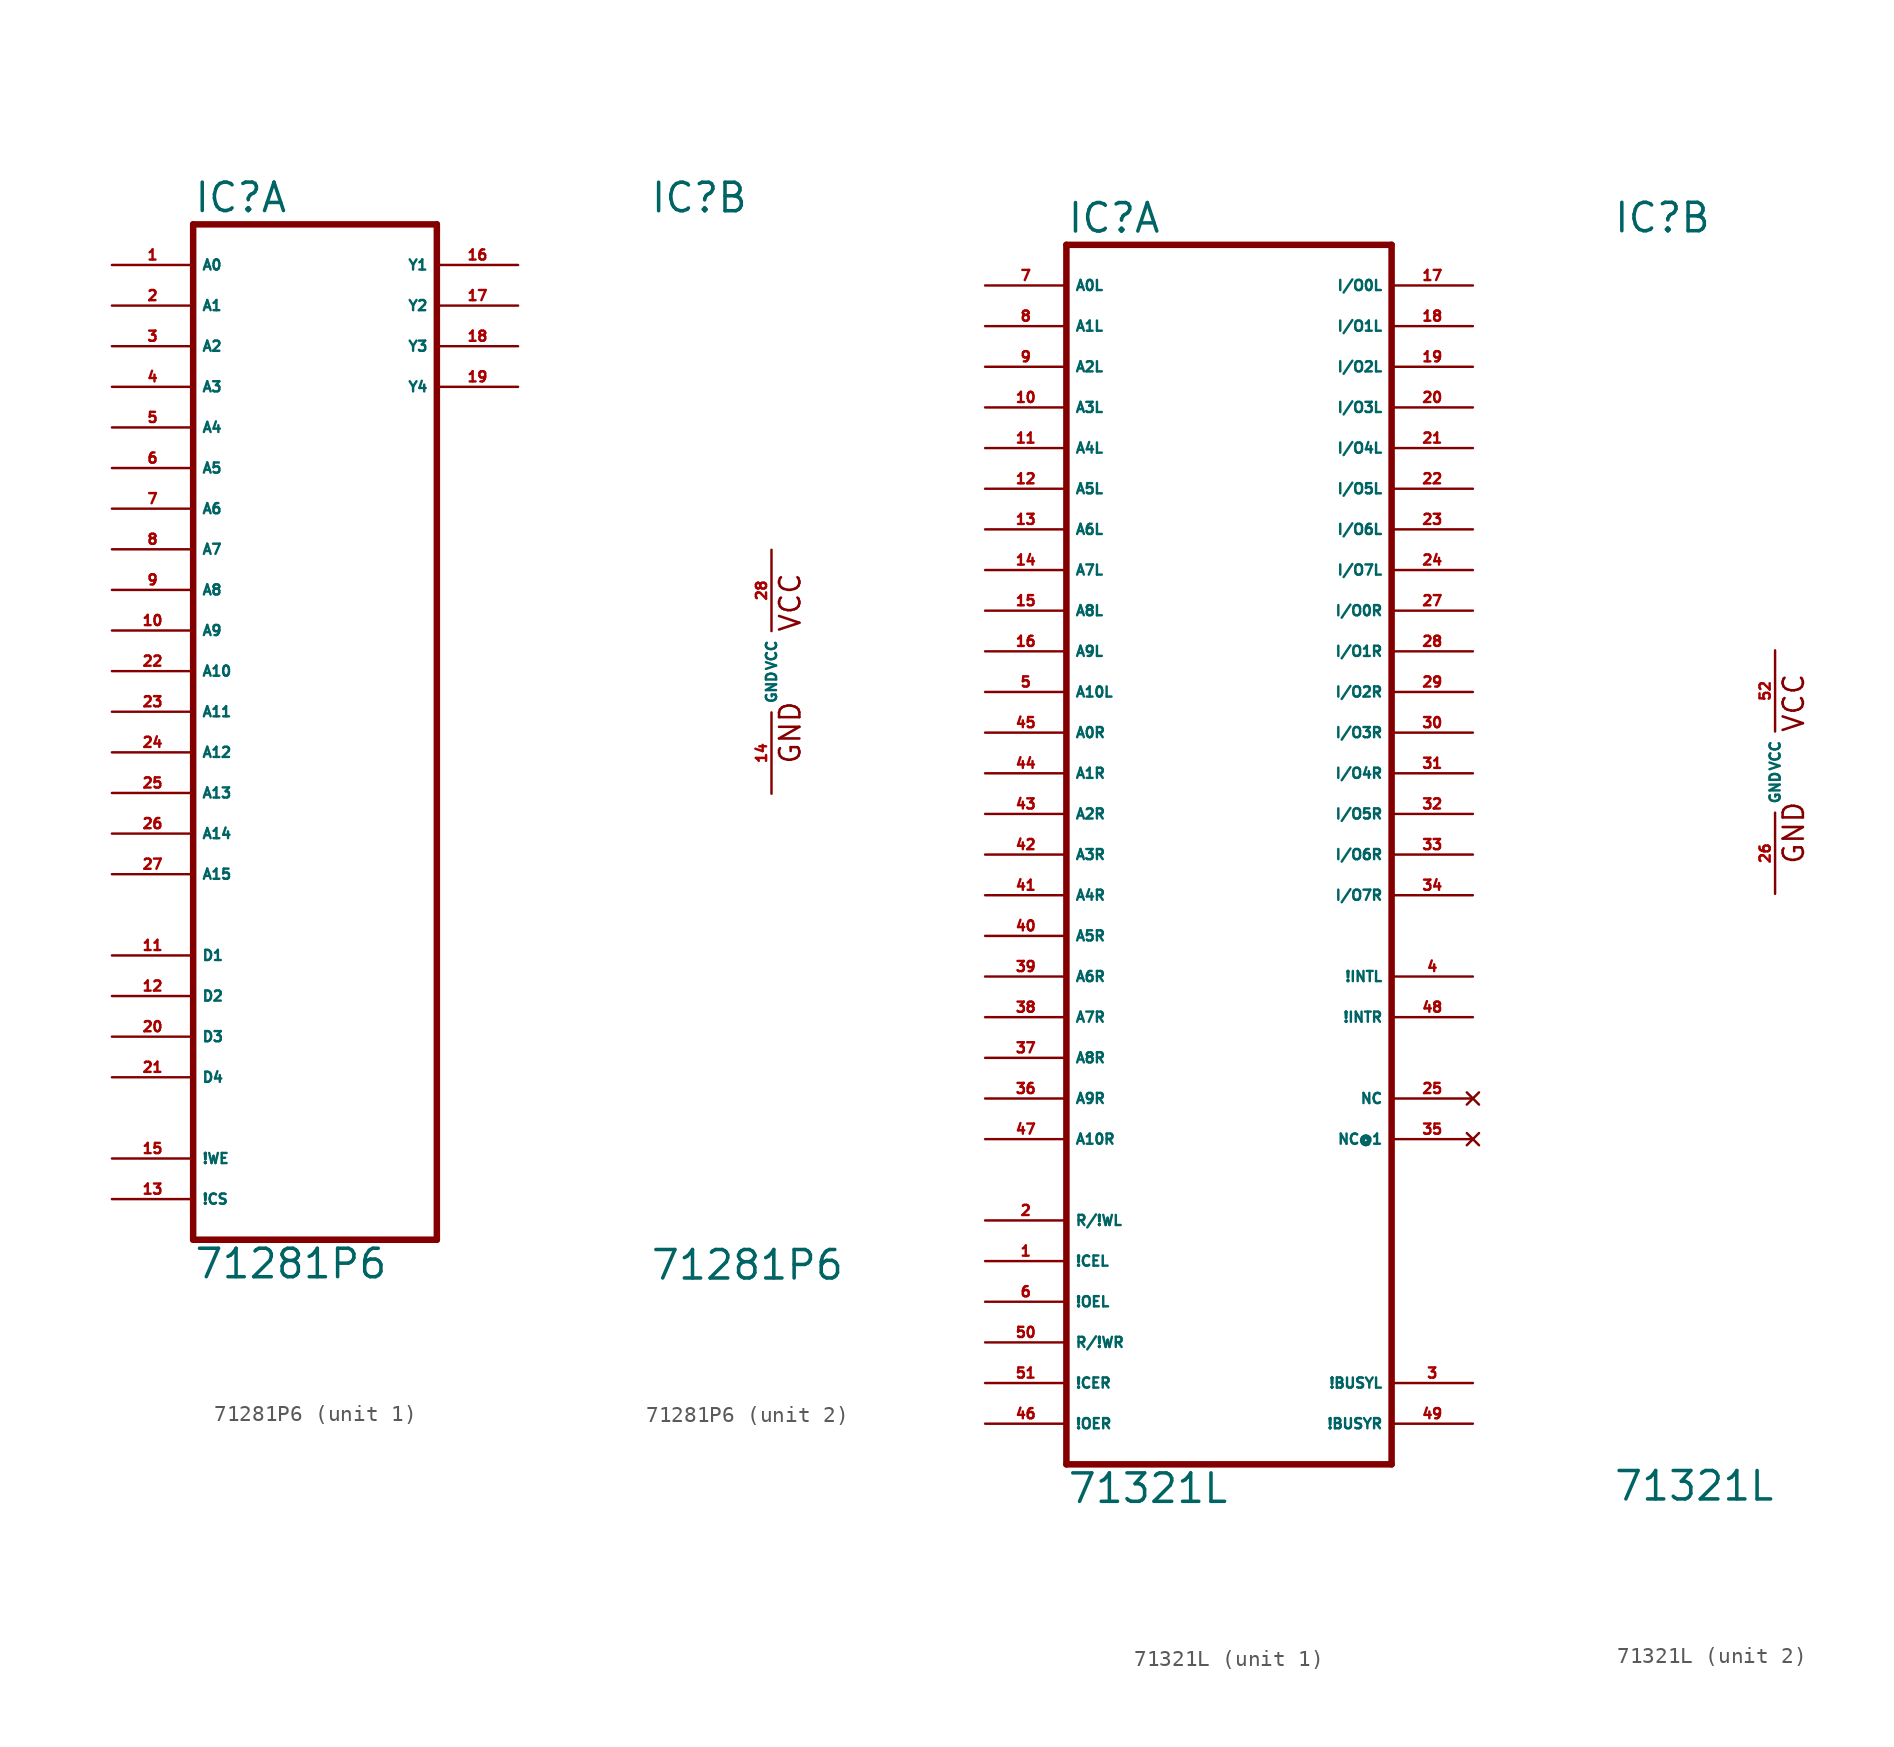
<source format=kicad_sym>
(kicad_symbol_lib
  (version 20220914)
  (generator Eagle2Kicad)
  (symbol "71281P6"
    (property "Reference" "IC"
      (at -7.62 28.575 0)
      (effects (font (size 1.778 1.778) (thickness 0.22)) (justify left bottom)))
    (property "Value" "71281P6"
      (at -7.62 -38.1 0)
      (effects (font (size 1.778 1.778) (thickness 0.22)) (justify left bottom)))
    (symbol "71281P6_1_0"
      (polyline (pts (xy -7.62 -35.56) (xy 7.62 -35.56)) (stroke (width 0.406) (type default)) (fill (type none)))
      (polyline (pts (xy 7.62 -35.56) (xy 7.62 27.94)) (stroke (width 0.406) (type default)) (fill (type none)))
      (polyline (pts (xy 7.62 27.94) (xy -7.62 27.94)) (stroke (width 0.406) (type default)) (fill (type none)))
      (polyline (pts (xy -7.62 27.94) (xy -7.62 -35.56)) (stroke (width 0.406) (type default)) (fill (type none)))
      (pin input line (at -12.7 25.4 0) (length 5.08) (name "A0" (effects (font (size 0.635 0.635) (thickness 0.08)) (justify left bottom))) (number "1" (effects (font (size 0.635 0.635) (thickness 0.08)) (justify left bottom))))
      (pin input line (at -12.7 22.86 0) (length 5.08) (name "A1" (effects (font (size 0.635 0.635) (thickness 0.08)) (justify left bottom))) (number "2" (effects (font (size 0.635 0.635) (thickness 0.08)) (justify left bottom))))
      (pin input line (at -12.7 20.32 0) (length 5.08) (name "A2" (effects (font (size 0.635 0.635) (thickness 0.08)) (justify left bottom))) (number "3" (effects (font (size 0.635 0.635) (thickness 0.08)) (justify left bottom))))
      (pin input line (at -12.7 17.78 0) (length 5.08) (name "A3" (effects (font (size 0.635 0.635) (thickness 0.08)) (justify left bottom))) (number "4" (effects (font (size 0.635 0.635) (thickness 0.08)) (justify left bottom))))
      (pin input line (at -12.7 15.24 0) (length 5.08) (name "A4" (effects (font (size 0.635 0.635) (thickness 0.08)) (justify left bottom))) (number "5" (effects (font (size 0.635 0.635) (thickness 0.08)) (justify left bottom))))
      (pin input line (at -12.7 12.7 0) (length 5.08) (name "A5" (effects (font (size 0.635 0.635) (thickness 0.08)) (justify left bottom))) (number "6" (effects (font (size 0.635 0.635) (thickness 0.08)) (justify left bottom))))
      (pin input line (at -12.7 10.16 0) (length 5.08) (name "A6" (effects (font (size 0.635 0.635) (thickness 0.08)) (justify left bottom))) (number "7" (effects (font (size 0.635 0.635) (thickness 0.08)) (justify left bottom))))
      (pin input line (at -12.7 7.62 0) (length 5.08) (name "A7" (effects (font (size 0.635 0.635) (thickness 0.08)) (justify left bottom))) (number "8" (effects (font (size 0.635 0.635) (thickness 0.08)) (justify left bottom))))
      (pin input line (at -12.7 5.08 0) (length 5.08) (name "A8" (effects (font (size 0.635 0.635) (thickness 0.08)) (justify left bottom))) (number "9" (effects (font (size 0.635 0.635) (thickness 0.08)) (justify left bottom))))
      (pin input line (at -12.7 2.54 0) (length 5.08) (name "A9" (effects (font (size 0.635 0.635) (thickness 0.08)) (justify left bottom))) (number "10" (effects (font (size 0.635 0.635) (thickness 0.08)) (justify left bottom))))
      (pin input line (at -12.7 0 0) (length 5.08) (name "A10" (effects (font (size 0.635 0.635) (thickness 0.08)) (justify left bottom))) (number "22" (effects (font (size 0.635 0.635) (thickness 0.08)) (justify left bottom))))
      (pin input line (at -12.7 -2.54 0) (length 5.08) (name "A11" (effects (font (size 0.635 0.635) (thickness 0.08)) (justify left bottom))) (number "23" (effects (font (size 0.635 0.635) (thickness 0.08)) (justify left bottom))))
      (pin input line (at -12.7 -17.78 0) (length 5.08) (name "D1" (effects (font (size 0.635 0.635) (thickness 0.08)) (justify left bottom))) (number "11" (effects (font (size 0.635 0.635) (thickness 0.08)) (justify left bottom))))
      (pin input line (at -12.7 -20.32 0) (length 5.08) (name "D2" (effects (font (size 0.635 0.635) (thickness 0.08)) (justify left bottom))) (number "12" (effects (font (size 0.635 0.635) (thickness 0.08)) (justify left bottom))))
      (pin input line (at -12.7 -22.86 0) (length 5.08) (name "D3" (effects (font (size 0.635 0.635) (thickness 0.08)) (justify left bottom))) (number "20" (effects (font (size 0.635 0.635) (thickness 0.08)) (justify left bottom))))
      (pin input line (at -12.7 -25.4 0) (length 5.08) (name "D4" (effects (font (size 0.635 0.635) (thickness 0.08)) (justify left bottom))) (number "21" (effects (font (size 0.635 0.635) (thickness 0.08)) (justify left bottom))))
      (pin input line (at -12.7 -30.48 0) (length 5.08) (name "!WE" (effects (font (size 0.635 0.635) (thickness 0.08)) (justify left bottom))) (number "15" (effects (font (size 0.635 0.635) (thickness 0.08)) (justify left bottom))))
      (pin input line (at -12.7 -33.02 0) (length 5.08) (name "!CS" (effects (font (size 0.635 0.635) (thickness 0.08)) (justify left bottom))) (number "13" (effects (font (size 0.635 0.635) (thickness 0.08)) (justify left bottom))))
      (pin output line (at 12.7 25.4 180) (length 5.08) (name "Y1" (effects (font (size 0.635 0.635) (thickness 0.08)) (justify left bottom))) (number "16" (effects (font (size 0.635 0.635) (thickness 0.08)) (justify left bottom))))
      (pin output line (at 12.7 22.86 180) (length 5.08) (name "Y2" (effects (font (size 0.635 0.635) (thickness 0.08)) (justify left bottom))) (number "17" (effects (font (size 0.635 0.635) (thickness 0.08)) (justify left bottom))))
      (pin output line (at 12.7 20.32 180) (length 5.08) (name "Y3" (effects (font (size 0.635 0.635) (thickness 0.08)) (justify left bottom))) (number "18" (effects (font (size 0.635 0.635) (thickness 0.08)) (justify left bottom))))
      (pin output line (at 12.7 17.78 180) (length 5.08) (name "Y4" (effects (font (size 0.635 0.635) (thickness 0.08)) (justify left bottom))) (number "19" (effects (font (size 0.635 0.635) (thickness 0.08)) (justify left bottom))))
      (pin input line (at -12.7 -5.08 0) (length 5.08) (name "A12" (effects (font (size 0.635 0.635) (thickness 0.08)) (justify left bottom))) (number "24" (effects (font (size 0.635 0.635) (thickness 0.08)) (justify left bottom))))
      (pin input line (at -12.7 -7.62 0) (length 5.08) (name "A13" (effects (font (size 0.635 0.635) (thickness 0.08)) (justify left bottom))) (number "25" (effects (font (size 0.635 0.635) (thickness 0.08)) (justify left bottom))))
      (pin input line (at -12.7 -10.16 0) (length 5.08) (name "A14" (effects (font (size 0.635 0.635) (thickness 0.08)) (justify left bottom))) (number "26" (effects (font (size 0.635 0.635) (thickness 0.08)) (justify left bottom))))
      (pin input line (at -12.7 -12.7 0) (length 5.08) (name "A15" (effects (font (size 0.635 0.635) (thickness 0.08)) (justify left bottom))) (number "27" (effects (font (size 0.635 0.635) (thickness 0.08)) (justify left bottom)))))
    (symbol "71281P6_2_0"
      (text "GND" (at 1.905 -5.842 900) (effects (font (size 1.27 1.27) (thickness 0.16)) (justify left bottom)))
      (text "VCC" (at 1.905 2.413 900) (effects (font (size 1.27 1.27) (thickness 0.16)) (justify left bottom)))
      (pin unspecified line (at 0 7.62 270) (length 5.08) (name "VCC" (effects (font (size 0.635 0.635) (thickness 0.08)) (justify left bottom))) (number "28" (effects (font (size 0.635 0.635) (thickness 0.08)) (justify left bottom))))
      (pin unspecified line (at 0 -7.62 90) (length 5.08) (name "GND" (effects (font (size 0.635 0.635) (thickness 0.08)) (justify left bottom))) (number "14" (effects (font (size 0.635 0.635) (thickness 0.08)) (justify left bottom))))))
  (symbol "71321L"
    (property "Reference" "IC"
      (at -10.16 33.655 0)
      (effects (font (size 1.778 1.778) (thickness 0.22)) (justify left bottom)))
    (property "Value" "71321L"
      (at -10.16 -45.72 0)
      (effects (font (size 1.778 1.778) (thickness 0.22)) (justify left bottom)))
    (symbol "71321L_1_0"
      (polyline (pts (xy -10.16 -43.18) (xy 10.16 -43.18)) (stroke (width 0.406) (type default)) (fill (type none)))
      (polyline (pts (xy 10.16 -43.18) (xy 10.16 33.02)) (stroke (width 0.406) (type default)) (fill (type none)))
      (polyline (pts (xy 10.16 33.02) (xy -10.16 33.02)) (stroke (width 0.406) (type default)) (fill (type none)))
      (polyline (pts (xy -10.16 33.02) (xy -10.16 -43.18)) (stroke (width 0.406) (type default)) (fill (type none)))
      (pin input line (at -15.24 30.48 0) (length 5.08) (name "A0L" (effects (font (size 0.635 0.635) (thickness 0.08)) (justify left bottom))) (number "7" (effects (font (size 0.635 0.635) (thickness 0.08)) (justify left bottom))))
      (pin input line (at -15.24 27.94 0) (length 5.08) (name "A1L" (effects (font (size 0.635 0.635) (thickness 0.08)) (justify left bottom))) (number "8" (effects (font (size 0.635 0.635) (thickness 0.08)) (justify left bottom))))
      (pin input line (at -15.24 25.4 0) (length 5.08) (name "A2L" (effects (font (size 0.635 0.635) (thickness 0.08)) (justify left bottom))) (number "9" (effects (font (size 0.635 0.635) (thickness 0.08)) (justify left bottom))))
      (pin input line (at -15.24 22.86 0) (length 5.08) (name "A3L" (effects (font (size 0.635 0.635) (thickness 0.08)) (justify left bottom))) (number "10" (effects (font (size 0.635 0.635) (thickness 0.08)) (justify left bottom))))
      (pin input line (at -15.24 20.32 0) (length 5.08) (name "A4L" (effects (font (size 0.635 0.635) (thickness 0.08)) (justify left bottom))) (number "11" (effects (font (size 0.635 0.635) (thickness 0.08)) (justify left bottom))))
      (pin input line (at -15.24 17.78 0) (length 5.08) (name "A5L" (effects (font (size 0.635 0.635) (thickness 0.08)) (justify left bottom))) (number "12" (effects (font (size 0.635 0.635) (thickness 0.08)) (justify left bottom))))
      (pin input line (at -15.24 15.24 0) (length 5.08) (name "A6L" (effects (font (size 0.635 0.635) (thickness 0.08)) (justify left bottom))) (number "13" (effects (font (size 0.635 0.635) (thickness 0.08)) (justify left bottom))))
      (pin input line (at -15.24 12.7 0) (length 5.08) (name "A7L" (effects (font (size 0.635 0.635) (thickness 0.08)) (justify left bottom))) (number "14" (effects (font (size 0.635 0.635) (thickness 0.08)) (justify left bottom))))
      (pin input line (at -15.24 10.16 0) (length 5.08) (name "A8L" (effects (font (size 0.635 0.635) (thickness 0.08)) (justify left bottom))) (number "15" (effects (font (size 0.635 0.635) (thickness 0.08)) (justify left bottom))))
      (pin input line (at -15.24 7.62 0) (length 5.08) (name "A9L" (effects (font (size 0.635 0.635) (thickness 0.08)) (justify left bottom))) (number "16" (effects (font (size 0.635 0.635) (thickness 0.08)) (justify left bottom))))
      (pin input line (at -15.24 2.54 0) (length 5.08) (name "A0R" (effects (font (size 0.635 0.635) (thickness 0.08)) (justify left bottom))) (number "45" (effects (font (size 0.635 0.635) (thickness 0.08)) (justify left bottom))))
      (pin input line (at -15.24 0 0) (length 5.08) (name "A1R" (effects (font (size 0.635 0.635) (thickness 0.08)) (justify left bottom))) (number "44" (effects (font (size 0.635 0.635) (thickness 0.08)) (justify left bottom))))
      (pin input line (at -15.24 -2.54 0) (length 5.08) (name "A2R" (effects (font (size 0.635 0.635) (thickness 0.08)) (justify left bottom))) (number "43" (effects (font (size 0.635 0.635) (thickness 0.08)) (justify left bottom))))
      (pin input line (at -15.24 -5.08 0) (length 5.08) (name "A3R" (effects (font (size 0.635 0.635) (thickness 0.08)) (justify left bottom))) (number "42" (effects (font (size 0.635 0.635) (thickness 0.08)) (justify left bottom))))
      (pin input line (at -15.24 -7.62 0) (length 5.08) (name "A4R" (effects (font (size 0.635 0.635) (thickness 0.08)) (justify left bottom))) (number "41" (effects (font (size 0.635 0.635) (thickness 0.08)) (justify left bottom))))
      (pin input line (at -15.24 -10.16 0) (length 5.08) (name "A5R" (effects (font (size 0.635 0.635) (thickness 0.08)) (justify left bottom))) (number "40" (effects (font (size 0.635 0.635) (thickness 0.08)) (justify left bottom))))
      (pin input line (at -15.24 -12.7 0) (length 5.08) (name "A6R" (effects (font (size 0.635 0.635) (thickness 0.08)) (justify left bottom))) (number "39" (effects (font (size 0.635 0.635) (thickness 0.08)) (justify left bottom))))
      (pin input line (at -15.24 -15.24 0) (length 5.08) (name "A7R" (effects (font (size 0.635 0.635) (thickness 0.08)) (justify left bottom))) (number "38" (effects (font (size 0.635 0.635) (thickness 0.08)) (justify left bottom))))
      (pin input line (at -15.24 -17.78 0) (length 5.08) (name "A8R" (effects (font (size 0.635 0.635) (thickness 0.08)) (justify left bottom))) (number "37" (effects (font (size 0.635 0.635) (thickness 0.08)) (justify left bottom))))
      (pin input line (at -15.24 -20.32 0) (length 5.08) (name "A9R" (effects (font (size 0.635 0.635) (thickness 0.08)) (justify left bottom))) (number "36" (effects (font (size 0.635 0.635) (thickness 0.08)) (justify left bottom))))
      (pin bidirectional line (at 15.24 30.48 180) (length 5.08) (name "I/O0L" (effects (font (size 0.635 0.635) (thickness 0.08)) (justify left bottom))) (number "17" (effects (font (size 0.635 0.635) (thickness 0.08)) (justify left bottom))))
      (pin bidirectional line (at 15.24 27.94 180) (length 5.08) (name "I/O1L" (effects (font (size 0.635 0.635) (thickness 0.08)) (justify left bottom))) (number "18" (effects (font (size 0.635 0.635) (thickness 0.08)) (justify left bottom))))
      (pin bidirectional line (at 15.24 25.4 180) (length 5.08) (name "I/O2L" (effects (font (size 0.635 0.635) (thickness 0.08)) (justify left bottom))) (number "19" (effects (font (size 0.635 0.635) (thickness 0.08)) (justify left bottom))))
      (pin bidirectional line (at 15.24 22.86 180) (length 5.08) (name "I/O3L" (effects (font (size 0.635 0.635) (thickness 0.08)) (justify left bottom))) (number "20" (effects (font (size 0.635 0.635) (thickness 0.08)) (justify left bottom))))
      (pin bidirectional line (at 15.24 20.32 180) (length 5.08) (name "I/O4L" (effects (font (size 0.635 0.635) (thickness 0.08)) (justify left bottom))) (number "21" (effects (font (size 0.635 0.635) (thickness 0.08)) (justify left bottom))))
      (pin bidirectional line (at 15.24 17.78 180) (length 5.08) (name "I/O5L" (effects (font (size 0.635 0.635) (thickness 0.08)) (justify left bottom))) (number "22" (effects (font (size 0.635 0.635) (thickness 0.08)) (justify left bottom))))
      (pin bidirectional line (at 15.24 15.24 180) (length 5.08) (name "I/O6L" (effects (font (size 0.635 0.635) (thickness 0.08)) (justify left bottom))) (number "23" (effects (font (size 0.635 0.635) (thickness 0.08)) (justify left bottom))))
      (pin bidirectional line (at 15.24 12.7 180) (length 5.08) (name "I/O7L" (effects (font (size 0.635 0.635) (thickness 0.08)) (justify left bottom))) (number "24" (effects (font (size 0.635 0.635) (thickness 0.08)) (justify left bottom))))
      (pin bidirectional line (at 15.24 10.16 180) (length 5.08) (name "I/O0R" (effects (font (size 0.635 0.635) (thickness 0.08)) (justify left bottom))) (number "27" (effects (font (size 0.635 0.635) (thickness 0.08)) (justify left bottom))))
      (pin bidirectional line (at 15.24 7.62 180) (length 5.08) (name "I/O1R" (effects (font (size 0.635 0.635) (thickness 0.08)) (justify left bottom))) (number "28" (effects (font (size 0.635 0.635) (thickness 0.08)) (justify left bottom))))
      (pin bidirectional line (at 15.24 5.08 180) (length 5.08) (name "I/O2R" (effects (font (size 0.635 0.635) (thickness 0.08)) (justify left bottom))) (number "29" (effects (font (size 0.635 0.635) (thickness 0.08)) (justify left bottom))))
      (pin bidirectional line (at 15.24 2.54 180) (length 5.08) (name "I/O3R" (effects (font (size 0.635 0.635) (thickness 0.08)) (justify left bottom))) (number "30" (effects (font (size 0.635 0.635) (thickness 0.08)) (justify left bottom))))
      (pin bidirectional line (at 15.24 0 180) (length 5.08) (name "I/O4R" (effects (font (size 0.635 0.635) (thickness 0.08)) (justify left bottom))) (number "31" (effects (font (size 0.635 0.635) (thickness 0.08)) (justify left bottom))))
      (pin bidirectional line (at 15.24 -2.54 180) (length 5.08) (name "I/O5R" (effects (font (size 0.635 0.635) (thickness 0.08)) (justify left bottom))) (number "32" (effects (font (size 0.635 0.635) (thickness 0.08)) (justify left bottom))))
      (pin bidirectional line (at 15.24 -5.08 180) (length 5.08) (name "I/O6R" (effects (font (size 0.635 0.635) (thickness 0.08)) (justify left bottom))) (number "33" (effects (font (size 0.635 0.635) (thickness 0.08)) (justify left bottom))))
      (pin bidirectional line (at 15.24 -7.62 180) (length 5.08) (name "I/O7R" (effects (font (size 0.635 0.635) (thickness 0.08)) (justify left bottom))) (number "34" (effects (font (size 0.635 0.635) (thickness 0.08)) (justify left bottom))))
      (pin input line (at -15.24 -27.94 0) (length 5.08) (name "R/!WL" (effects (font (size 0.635 0.635) (thickness 0.08)) (justify left bottom))) (number "2" (effects (font (size 0.635 0.635) (thickness 0.08)) (justify left bottom))))
      (pin input line (at -15.24 -30.48 0) (length 5.08) (name "!CEL" (effects (font (size 0.635 0.635) (thickness 0.08)) (justify left bottom))) (number "1" (effects (font (size 0.635 0.635) (thickness 0.08)) (justify left bottom))))
      (pin input line (at -15.24 -33.02 0) (length 5.08) (name "!OEL" (effects (font (size 0.635 0.635) (thickness 0.08)) (justify left bottom))) (number "6" (effects (font (size 0.635 0.635) (thickness 0.08)) (justify left bottom))))
      (pin input line (at -15.24 -35.56 0) (length 5.08) (name "R/!WR" (effects (font (size 0.635 0.635) (thickness 0.08)) (justify left bottom))) (number "50" (effects (font (size 0.635 0.635) (thickness 0.08)) (justify left bottom))))
      (pin input line (at -15.24 -38.1 0) (length 5.08) (name "!CER" (effects (font (size 0.635 0.635) (thickness 0.08)) (justify left bottom))) (number "51" (effects (font (size 0.635 0.635) (thickness 0.08)) (justify left bottom))))
      (pin input line (at -15.24 -40.64 0) (length 5.08) (name "!OER" (effects (font (size 0.635 0.635) (thickness 0.08)) (justify left bottom))) (number "46" (effects (font (size 0.635 0.635) (thickness 0.08)) (justify left bottom))))
      (pin bidirectional line (at 15.24 -38.1 180) (length 5.08) (name "!BUSYL" (effects (font (size 0.635 0.635) (thickness 0.08)) (justify left bottom))) (number "3" (effects (font (size 0.635 0.635) (thickness 0.08)) (justify left bottom))))
      (pin bidirectional line (at 15.24 -40.64 180) (length 5.08) (name "!BUSYR" (effects (font (size 0.635 0.635) (thickness 0.08)) (justify left bottom))) (number "49" (effects (font (size 0.635 0.635) (thickness 0.08)) (justify left bottom))))
      (pin input line (at -15.24 5.08 0) (length 5.08) (name "A10L" (effects (font (size 0.635 0.635) (thickness 0.08)) (justify left bottom))) (number "5" (effects (font (size 0.635 0.635) (thickness 0.08)) (justify left bottom))))
      (pin input line (at -15.24 -22.86 0) (length 5.08) (name "A10R" (effects (font (size 0.635 0.635) (thickness 0.08)) (justify left bottom))) (number "47" (effects (font (size 0.635 0.635) (thickness 0.08)) (justify left bottom))))
      (pin no_connect line (at 15.24 -20.32 180) (length 5.08) (name "NC" (effects (font (size 0.635 0.635) (thickness 0.08)) (justify left bottom) hide)) (number "25" (effects (font (size 0.635 0.635) (thickness 0.08)) (justify left bottom) hide)))
      (pin no_connect line (at 15.24 -22.86 180) (length 5.08) (name "NC@1" (effects (font (size 0.635 0.635) (thickness 0.08)) (justify left bottom) hide)) (number "35" (effects (font (size 0.635 0.635) (thickness 0.08)) (justify left bottom) hide)))
      (pin output line (at 15.24 -12.7 180) (length 5.08) (name "!INTL" (effects (font (size 0.635 0.635) (thickness 0.08)) (justify left bottom))) (number "4" (effects (font (size 0.635 0.635) (thickness 0.08)) (justify left bottom))))
      (pin output line (at 15.24 -15.24 180) (length 5.08) (name "!INTR" (effects (font (size 0.635 0.635) (thickness 0.08)) (justify left bottom))) (number "48" (effects (font (size 0.635 0.635) (thickness 0.08)) (justify left bottom)))))
    (symbol "71321L_2_0"
      (text "GND" (at 1.905 -5.842 900) (effects (font (size 1.27 1.27) (thickness 0.16)) (justify left bottom)))
      (text "VCC" (at 1.905 2.413 900) (effects (font (size 1.27 1.27) (thickness 0.16)) (justify left bottom)))
      (pin unspecified line (at 0 7.62 270) (length 5.08) (name "VCC" (effects (font (size 0.635 0.635) (thickness 0.08)) (justify left bottom))) (number "52" (effects (font (size 0.635 0.635) (thickness 0.08)) (justify left bottom))))
      (pin unspecified line (at 0 -7.62 90) (length 5.08) (name "GND" (effects (font (size 0.635 0.635) (thickness 0.08)) (justify left bottom))) (number "26" (effects (font (size 0.635 0.635) (thickness 0.08)) (justify left bottom)))))))
</source>
